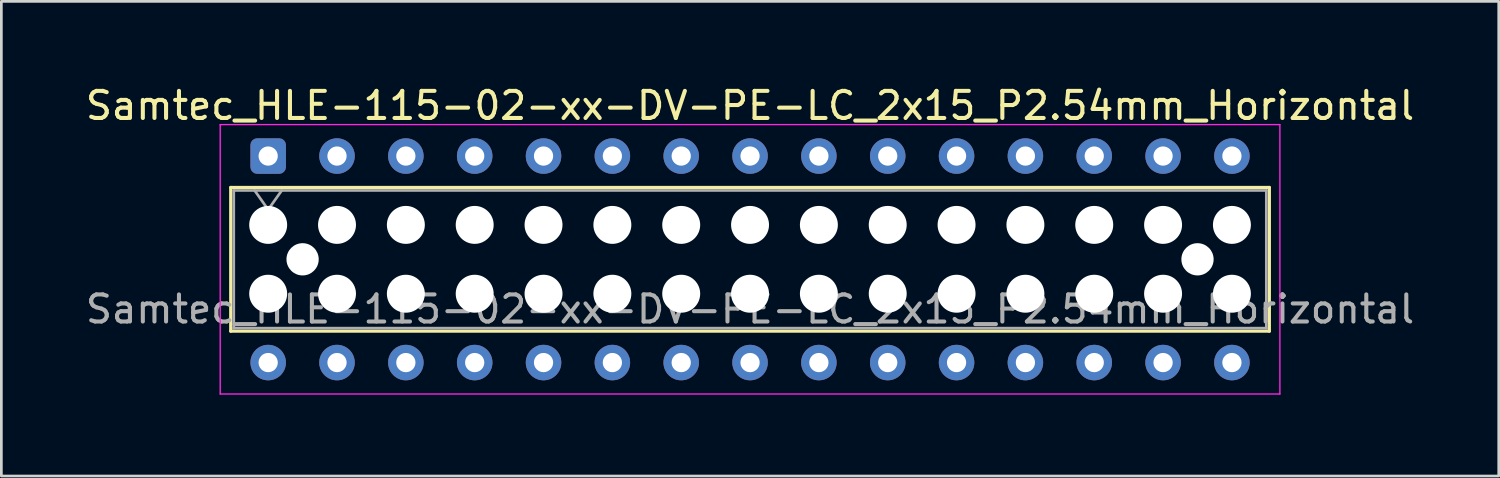
<source format=kicad_pcb>
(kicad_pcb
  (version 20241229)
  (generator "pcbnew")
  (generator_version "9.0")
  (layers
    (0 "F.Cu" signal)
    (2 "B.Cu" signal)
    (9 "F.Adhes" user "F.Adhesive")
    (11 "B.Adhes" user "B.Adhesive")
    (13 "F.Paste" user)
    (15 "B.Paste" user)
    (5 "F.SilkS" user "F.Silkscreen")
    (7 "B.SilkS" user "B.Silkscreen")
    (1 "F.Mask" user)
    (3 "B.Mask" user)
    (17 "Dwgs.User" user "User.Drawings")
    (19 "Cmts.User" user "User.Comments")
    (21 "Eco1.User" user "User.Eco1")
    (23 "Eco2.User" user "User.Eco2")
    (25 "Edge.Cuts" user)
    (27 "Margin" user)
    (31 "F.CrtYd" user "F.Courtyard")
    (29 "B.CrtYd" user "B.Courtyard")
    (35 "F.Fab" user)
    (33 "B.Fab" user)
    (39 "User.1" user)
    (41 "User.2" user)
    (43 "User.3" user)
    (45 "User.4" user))
  (footprint "Samtec_HLE-115-02-xx-DV-PE-LC_2x15_P2.54mm_Horizontal"
    (layer "F.Cu")
    (at 6.845 2.708)
    (property "Reference" "Samtec_HLE-115-02-xx-DV-PE-LC_2x15_P2.54mm_Horizontal" (at 17.78 -1.86 0) (layer "F.SilkS") (effects (font (size 1 1) (thickness 0.15))))
    (attr through_hole)
    (fp_line (start -1.38 1.16) (end 36.94 1.16) (stroke (width 0.12) (type solid)) (layer "F.SilkS"))
    (fp_line (start -1.38 6.46) (end -1.38 1.16) (stroke (width 0.12) (type solid)) (layer "F.SilkS"))
    (fp_line (start 36.94 1.16) (end 36.94 6.46) (stroke (width 0.12) (type solid)) (layer "F.SilkS"))
    (fp_line (start 36.94 6.46) (end -1.38 6.46) (stroke (width 0.12) (type solid)) (layer "F.SilkS"))
    (fp_line (start -1.77 -1.16) (end 37.33 -1.16) (stroke (width 0.05) (type solid)) (layer "F.CrtYd"))
    (fp_line (start -1.77 8.78) (end -1.77 -1.16) (stroke (width 0.05) (type solid)) (layer "F.CrtYd"))
    (fp_line (start 37.33 -1.16) (end 37.33 8.78) (stroke (width 0.05) (type solid)) (layer "F.CrtYd"))
    (fp_line (start 37.33 8.78) (end -1.77 8.78) (stroke (width 0.05) (type solid)) (layer "F.CrtYd"))
    (fp_line (start -1.27 1.27) (end 36.83 1.27) (stroke (width 0.1) (type solid)) (layer "F.Fab"))
    (fp_line (start -1.27 6.35) (end -1.27 1.27) (stroke (width 0.1) (type solid)) (layer "F.Fab"))
    (fp_line (start -0.5 1.27) (end 0 1.977) (stroke (width 0.1) (type solid)) (layer "F.Fab"))
    (fp_line (start 0 1.977) (end 0.5 1.27) (stroke (width 0.1) (type solid)) (layer "F.Fab"))
    (fp_line (start 36.83 1.27) (end 36.83 6.35) (stroke (width 0.1) (type solid)) (layer "F.Fab"))
    (fp_line (start 36.83 6.35) (end -1.27 6.35) (stroke (width 0.1) (type solid)) (layer "F.Fab"))
    (fp_text user "${REFERENCE}" (at 17.78 5.65 0) (layer "F.Fab") (effects (font (size 1 1) (thickness 0.15))))
    (pad "" np_thru_hole circle (at 0 2.54) (size 1.4 1.4) (drill 1.4) (layers "*.Cu" "*.Mask"))
    (pad "" np_thru_hole circle (at 0 5.08) (size 1.4 1.4) (drill 1.4) (layers "*.Cu" "*.Mask"))
    (pad "" np_thru_hole circle (at 1.27 3.81) (size 1.19 1.19) (drill 1.19) (layers "*.Cu" "*.Mask"))
    (pad "" np_thru_hole circle (at 2.54 2.54) (size 1.4 1.4) (drill 1.4) (layers "*.Cu" "*.Mask"))
    (pad "" np_thru_hole circle (at 2.54 5.08) (size 1.4 1.4) (drill 1.4) (layers "*.Cu" "*.Mask"))
    (pad "" np_thru_hole circle (at 5.08 2.54) (size 1.4 1.4) (drill 1.4) (layers "*.Cu" "*.Mask"))
    (pad "" np_thru_hole circle (at 5.08 5.08) (size 1.4 1.4) (drill 1.4) (layers "*.Cu" "*.Mask"))
    (pad "" np_thru_hole circle (at 7.62 2.54) (size 1.4 1.4) (drill 1.4) (layers "*.Cu" "*.Mask"))
    (pad "" np_thru_hole circle (at 7.62 5.08) (size 1.4 1.4) (drill 1.4) (layers "*.Cu" "*.Mask"))
    (pad "" np_thru_hole circle (at 10.16 2.54) (size 1.4 1.4) (drill 1.4) (layers "*.Cu" "*.Mask"))
    (pad "" np_thru_hole circle (at 10.16 5.08) (size 1.4 1.4) (drill 1.4) (layers "*.Cu" "*.Mask"))
    (pad "" np_thru_hole circle (at 12.7 2.54) (size 1.4 1.4) (drill 1.4) (layers "*.Cu" "*.Mask"))
    (pad "" np_thru_hole circle (at 12.7 5.08) (size 1.4 1.4) (drill 1.4) (layers "*.Cu" "*.Mask"))
    (pad "" np_thru_hole circle (at 15.24 2.54) (size 1.4 1.4) (drill 1.4) (layers "*.Cu" "*.Mask"))
    (pad "" np_thru_hole circle (at 15.24 5.08) (size 1.4 1.4) (drill 1.4) (layers "*.Cu" "*.Mask"))
    (pad "" np_thru_hole circle (at 17.78 2.54) (size 1.4 1.4) (drill 1.4) (layers "*.Cu" "*.Mask"))
    (pad "" np_thru_hole circle (at 17.78 5.08) (size 1.4 1.4) (drill 1.4) (layers "*.Cu" "*.Mask"))
    (pad "" np_thru_hole circle (at 20.32 2.54) (size 1.4 1.4) (drill 1.4) (layers "*.Cu" "*.Mask"))
    (pad "" np_thru_hole circle (at 20.32 5.08) (size 1.4 1.4) (drill 1.4) (layers "*.Cu" "*.Mask"))
    (pad "" np_thru_hole circle (at 22.86 2.54) (size 1.4 1.4) (drill 1.4) (layers "*.Cu" "*.Mask"))
    (pad "" np_thru_hole circle (at 22.86 5.08) (size 1.4 1.4) (drill 1.4) (layers "*.Cu" "*.Mask"))
    (pad "" np_thru_hole circle (at 25.4 2.54) (size 1.4 1.4) (drill 1.4) (layers "*.Cu" "*.Mask"))
    (pad "" np_thru_hole circle (at 25.4 5.08) (size 1.4 1.4) (drill 1.4) (layers "*.Cu" "*.Mask"))
    (pad "" np_thru_hole circle (at 27.94 2.54) (size 1.4 1.4) (drill 1.4) (layers "*.Cu" "*.Mask"))
    (pad "" np_thru_hole circle (at 27.94 5.08) (size 1.4 1.4) (drill 1.4) (layers "*.Cu" "*.Mask"))
    (pad "" np_thru_hole circle (at 30.48 2.54) (size 1.4 1.4) (drill 1.4) (layers "*.Cu" "*.Mask"))
    (pad "" np_thru_hole circle (at 30.48 5.08) (size 1.4 1.4) (drill 1.4) (layers "*.Cu" "*.Mask"))
    (pad "" np_thru_hole circle (at 33.02 2.54) (size 1.4 1.4) (drill 1.4) (layers "*.Cu" "*.Mask"))
    (pad "" np_thru_hole circle (at 33.02 5.08) (size 1.4 1.4) (drill 1.4) (layers "*.Cu" "*.Mask"))
    (pad "" np_thru_hole circle (at 34.29 3.81) (size 1.19 1.19) (drill 1.19) (layers "*.Cu" "*.Mask"))
    (pad "" np_thru_hole circle (at 35.56 2.54) (size 1.4 1.4) (drill 1.4) (layers "*.Cu" "*.Mask"))
    (pad "" np_thru_hole circle (at 35.56 5.08) (size 1.4 1.4) (drill 1.4) (layers "*.Cu" "*.Mask"))
    (pad "1" thru_hole roundrect (at 0 0) (size 1.31 1.31) (drill 0.71) (layers "*.Cu" "*.Mask") (roundrect_rratio 0.191))
    (pad "2" thru_hole circle (at 0 7.62) (size 1.31 1.31) (drill 0.71) (layers "*.Cu" "*.Mask"))
    (pad "3" thru_hole circle (at 2.54 0) (size 1.31 1.31) (drill 0.71) (layers "*.Cu" "*.Mask"))
    (pad "4" thru_hole circle (at 2.54 7.62) (size 1.31 1.31) (drill 0.71) (layers "*.Cu" "*.Mask"))
    (pad "5" thru_hole circle (at 5.08 0) (size 1.31 1.31) (drill 0.71) (layers "*.Cu" "*.Mask"))
    (pad "6" thru_hole circle (at 5.08 7.62) (size 1.31 1.31) (drill 0.71) (layers "*.Cu" "*.Mask"))
    (pad "7" thru_hole circle (at 7.62 0) (size 1.31 1.31) (drill 0.71) (layers "*.Cu" "*.Mask"))
    (pad "8" thru_hole circle (at 7.62 7.62) (size 1.31 1.31) (drill 0.71) (layers "*.Cu" "*.Mask"))
    (pad "9" thru_hole circle (at 10.16 0) (size 1.31 1.31) (drill 0.71) (layers "*.Cu" "*.Mask"))
    (pad "10" thru_hole circle (at 10.16 7.62) (size 1.31 1.31) (drill 0.71) (layers "*.Cu" "*.Mask"))
    (pad "11" thru_hole circle (at 12.7 0) (size 1.31 1.31) (drill 0.71) (layers "*.Cu" "*.Mask"))
    (pad "12" thru_hole circle (at 12.7 7.62) (size 1.31 1.31) (drill 0.71) (layers "*.Cu" "*.Mask"))
    (pad "13" thru_hole circle (at 15.24 0) (size 1.31 1.31) (drill 0.71) (layers "*.Cu" "*.Mask"))
    (pad "14" thru_hole circle (at 15.24 7.62) (size 1.31 1.31) (drill 0.71) (layers "*.Cu" "*.Mask"))
    (pad "15" thru_hole circle (at 17.78 0) (size 1.31 1.31) (drill 0.71) (layers "*.Cu" "*.Mask"))
    (pad "16" thru_hole circle (at 17.78 7.62) (size 1.31 1.31) (drill 0.71) (layers "*.Cu" "*.Mask"))
    (pad "17" thru_hole circle (at 20.32 0) (size 1.31 1.31) (drill 0.71) (layers "*.Cu" "*.Mask"))
    (pad "18" thru_hole circle (at 20.32 7.62) (size 1.31 1.31) (drill 0.71) (layers "*.Cu" "*.Mask"))
    (pad "19" thru_hole circle (at 22.86 0) (size 1.31 1.31) (drill 0.71) (layers "*.Cu" "*.Mask"))
    (pad "20" thru_hole circle (at 22.86 7.62) (size 1.31 1.31) (drill 0.71) (layers "*.Cu" "*.Mask"))
    (pad "21" thru_hole circle (at 25.4 0) (size 1.31 1.31) (drill 0.71) (layers "*.Cu" "*.Mask"))
    (pad "22" thru_hole circle (at 25.4 7.62) (size 1.31 1.31) (drill 0.71) (layers "*.Cu" "*.Mask"))
    (pad "23" thru_hole circle (at 27.94 0) (size 1.31 1.31) (drill 0.71) (layers "*.Cu" "*.Mask"))
    (pad "24" thru_hole circle (at 27.94 7.62) (size 1.31 1.31) (drill 0.71) (layers "*.Cu" "*.Mask"))
    (pad "25" thru_hole circle (at 30.48 0) (size 1.31 1.31) (drill 0.71) (layers "*.Cu" "*.Mask"))
    (pad "26" thru_hole circle (at 30.48 7.62) (size 1.31 1.31) (drill 0.71) (layers "*.Cu" "*.Mask"))
    (pad "27" thru_hole circle (at 33.02 0) (size 1.31 1.31) (drill 0.71) (layers "*.Cu" "*.Mask"))
    (pad "28" thru_hole circle (at 33.02 7.62) (size 1.31 1.31) (drill 0.71) (layers "*.Cu" "*.Mask"))
    (pad "29" thru_hole circle (at 35.56 0) (size 1.31 1.31) (drill 0.71) (layers "*.Cu" "*.Mask"))
    (pad "30" thru_hole circle (at 35.56 7.62) (size 1.31 1.31) (drill 0.71) (layers "*.Cu" "*.Mask")))
  (gr_rect
    (start -3 -3)
    (end 52.25 14.513)
    (stroke (width 0.1) (type default))
    (fill no)
    (layer "Edge.Cuts")))
</source>
